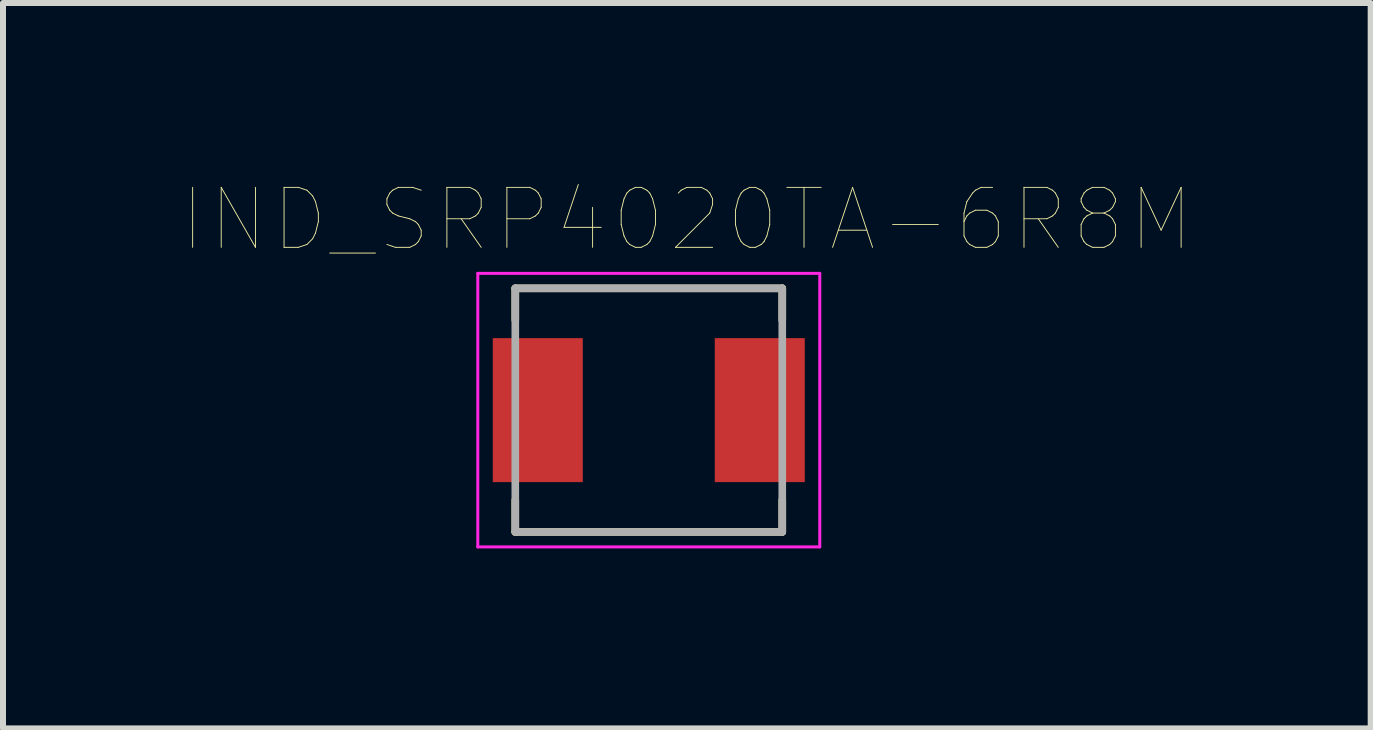
<source format=kicad_pcb>
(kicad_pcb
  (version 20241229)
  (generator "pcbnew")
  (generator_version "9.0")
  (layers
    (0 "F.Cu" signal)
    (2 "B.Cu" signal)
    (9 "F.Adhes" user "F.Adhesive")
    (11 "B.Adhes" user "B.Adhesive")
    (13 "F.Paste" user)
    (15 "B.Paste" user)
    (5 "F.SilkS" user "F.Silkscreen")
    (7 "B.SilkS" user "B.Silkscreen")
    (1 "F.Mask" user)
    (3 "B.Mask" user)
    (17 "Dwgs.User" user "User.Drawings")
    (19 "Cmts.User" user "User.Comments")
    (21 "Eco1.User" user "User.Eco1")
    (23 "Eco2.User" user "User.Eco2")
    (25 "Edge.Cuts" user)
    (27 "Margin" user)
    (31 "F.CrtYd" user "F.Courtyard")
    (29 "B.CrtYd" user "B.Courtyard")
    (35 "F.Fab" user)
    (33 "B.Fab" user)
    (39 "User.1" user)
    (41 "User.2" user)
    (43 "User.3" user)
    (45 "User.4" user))
  (footprint "IND_SRP4020TA-6R8M"
    (layer "F.Cu")
    (at 7.764 3.786)
    (property "Reference" "IND_SRP4020TA-6R8M" (at 0.635 -3.175 0) (layer "F.SilkS") (effects (font (size 1 1) (thickness 0.015))))
    (attr through_hole)
    (fp_line (start -2.225 -2.03) (end 2.225 -2.03) (stroke (width 0.127) (type solid)) (layer "F.SilkS"))
    (fp_line (start -2.225 -1.5) (end -2.225 -2.03) (stroke (width 0.127) (type solid)) (layer "F.SilkS"))
    (fp_line (start -2.225 2.03) (end -2.225 1.5) (stroke (width 0.127) (type solid)) (layer "F.SilkS"))
    (fp_line (start -2.225 2.03) (end 2.225 2.03) (stroke (width 0.127) (type solid)) (layer "F.SilkS"))
    (fp_line (start 2.225 -2.03) (end 2.225 -1.5) (stroke (width 0.127) (type solid)) (layer "F.SilkS"))
    (fp_line (start 2.225 2.03) (end 2.225 1.5) (stroke (width 0.127) (type solid)) (layer "F.SilkS"))
    (fp_line (start -2.85 -2.28) (end 2.85 -2.28) (stroke (width 0.05) (type solid)) (layer "F.CrtYd"))
    (fp_line (start -2.85 2.28) (end -2.85 -2.28) (stroke (width 0.05) (type solid)) (layer "F.CrtYd"))
    (fp_line (start 2.85 -2.28) (end 2.85 2.28) (stroke (width 0.05) (type solid)) (layer "F.CrtYd"))
    (fp_line (start 2.85 2.28) (end -2.85 2.28) (stroke (width 0.05) (type solid)) (layer "F.CrtYd"))
    (fp_line (start -2.225 -2.03) (end 2.225 -2.03) (stroke (width 0.127) (type solid)) (layer "F.Fab"))
    (fp_line (start -2.225 2.03) (end -2.225 -2.03) (stroke (width 0.127) (type solid)) (layer "F.Fab"))
    (fp_line (start 2.225 -2.03) (end 2.225 2.03) (stroke (width 0.127) (type solid)) (layer "F.Fab"))
    (fp_line (start 2.225 2.03) (end -2.225 2.03) (stroke (width 0.127) (type solid)) (layer "F.Fab"))
    (pad "1" smd rect (at -1.85 0) (size 1.5 2.4) (layers "F.Cu" "F.Mask" "F.Paste"))
    (pad "2" smd rect (at 1.85 0) (size 1.5 2.4) (layers "F.Cu" "F.Mask" "F.Paste")))
  (gr_rect
    (start -3 -3)
    (end 19.797 9.091)
    (stroke (width 0.1) (type default))
    (fill no)
    (layer "Edge.Cuts")))
</source>
